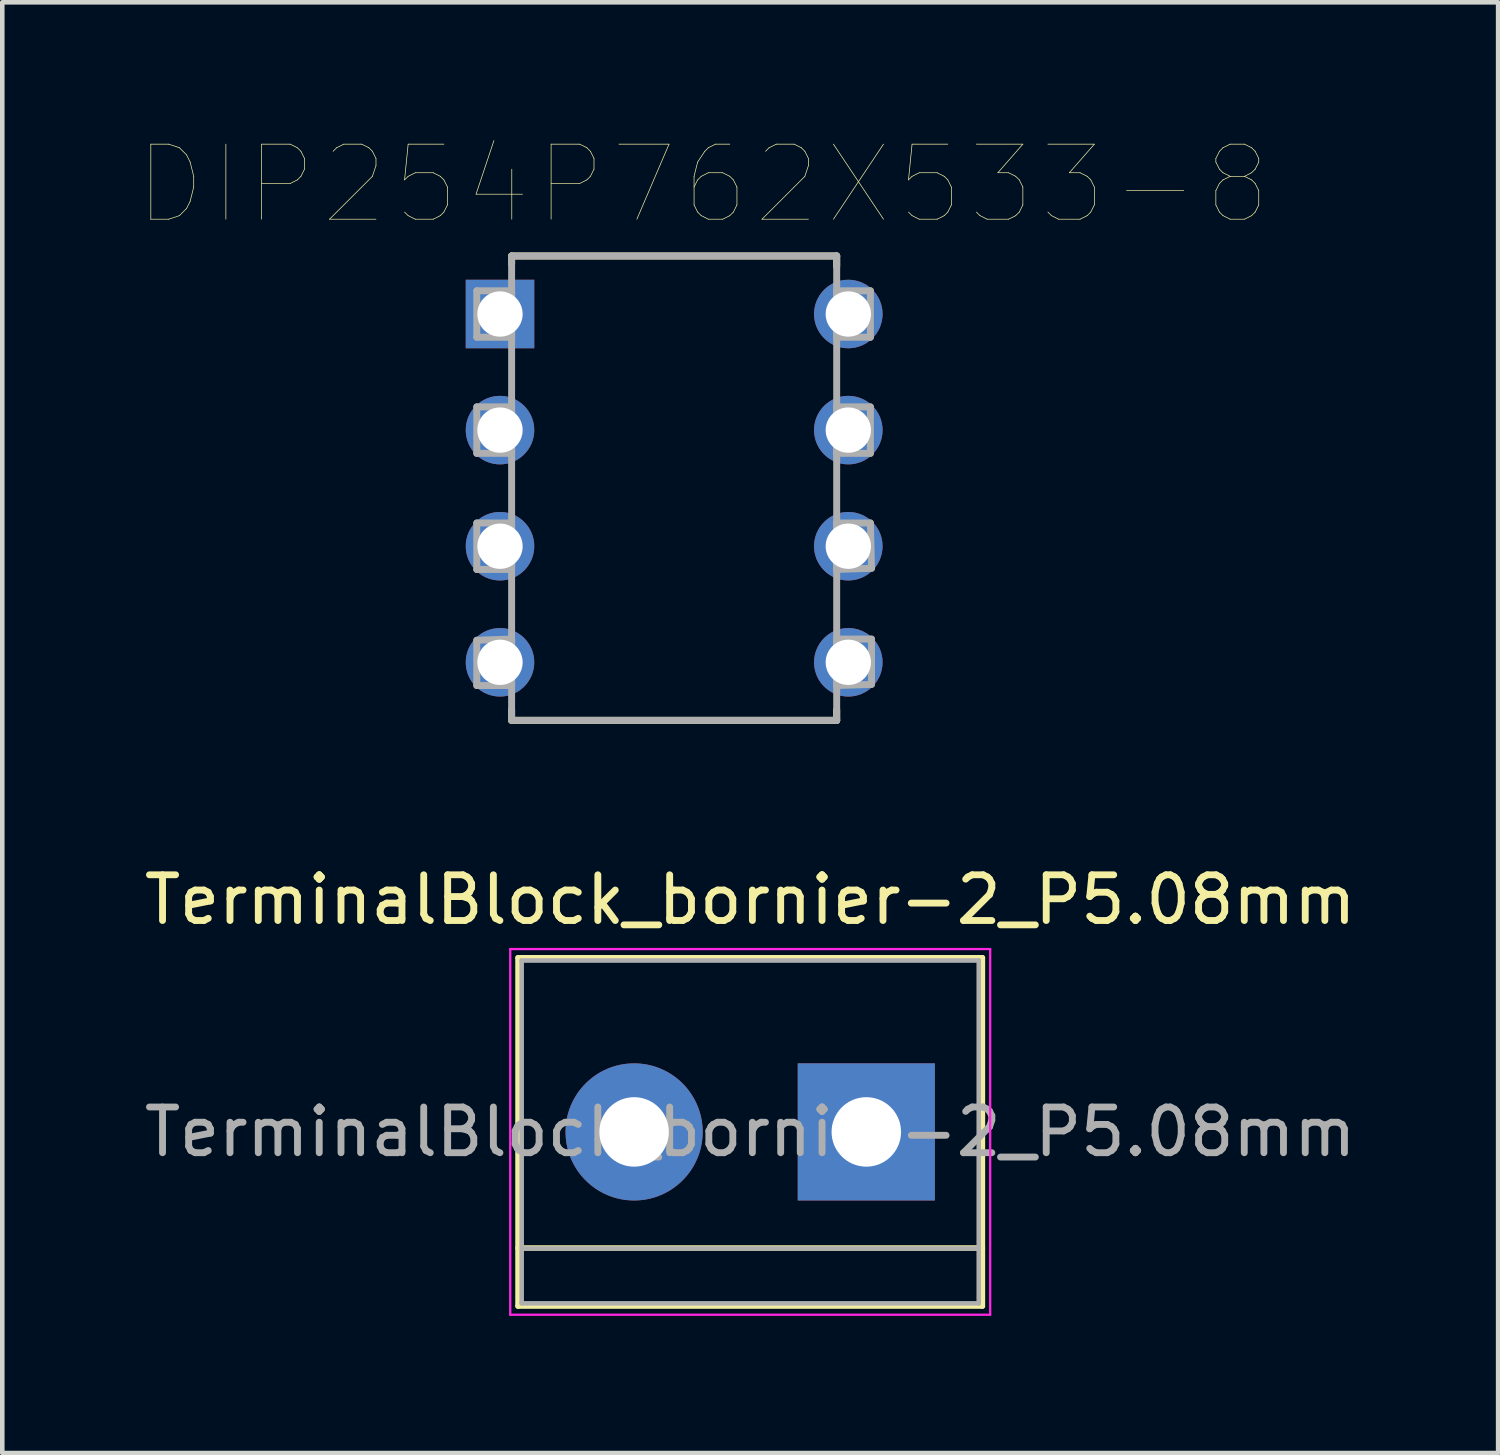
<source format=kicad_pcb>
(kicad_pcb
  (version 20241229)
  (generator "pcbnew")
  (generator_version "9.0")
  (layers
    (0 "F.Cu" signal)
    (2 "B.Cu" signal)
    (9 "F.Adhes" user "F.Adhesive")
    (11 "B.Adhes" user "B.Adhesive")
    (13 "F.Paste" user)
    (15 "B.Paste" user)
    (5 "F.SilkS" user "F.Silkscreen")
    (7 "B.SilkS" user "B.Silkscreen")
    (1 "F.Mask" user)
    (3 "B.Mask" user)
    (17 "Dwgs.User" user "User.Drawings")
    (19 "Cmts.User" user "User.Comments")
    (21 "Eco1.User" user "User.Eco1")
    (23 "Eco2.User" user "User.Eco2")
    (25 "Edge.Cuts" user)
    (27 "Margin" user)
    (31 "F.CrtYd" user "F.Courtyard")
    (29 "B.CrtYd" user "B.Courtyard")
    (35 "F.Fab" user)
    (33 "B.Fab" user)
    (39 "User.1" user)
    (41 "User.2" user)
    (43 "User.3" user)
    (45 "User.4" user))
  (footprint "DIP254P762X533-8"
    (layer "F.Cu")
    (at 15.509 11.44)
    (property "Reference" "DIP254P762X533-8" (at -3.179 -10.453 0) (layer "F.SilkS") (effects (font (size 1.642 1.642) (thickness 0.015))))
    (attr through_hole)
    (fp_line (start -7.366 -8.89) (end -7.366 -8.712) (stroke (width 0.152) (type solid)) (layer "F.SilkS"))
    (fp_line (start -7.366 1.041) (end -7.366 1.27) (stroke (width 0.152) (type solid)) (layer "F.SilkS"))
    (fp_line (start -7.366 1.27) (end -0.254 1.27) (stroke (width 0.152) (type solid)) (layer "F.SilkS"))
    (fp_line (start -0.254 -8.89) (end -7.366 -8.89) (stroke (width 0.152) (type solid)) (layer "F.SilkS"))
    (fp_line (start -0.254 -8.661) (end -0.254 -8.89) (stroke (width 0.152) (type solid)) (layer "F.SilkS"))
    (fp_line (start -0.254 1.27) (end -0.254 1.041) (stroke (width 0.152) (type solid)) (layer "F.SilkS"))
    (fp_line (start -8.128 -8.128) (end -8.128 -7.112) (stroke (width 0.152) (type solid)) (layer "F.Fab"))
    (fp_line (start -8.128 -7.112) (end -7.366 -7.112) (stroke (width 0.152) (type solid)) (layer "F.Fab"))
    (fp_line (start -8.128 -5.588) (end -8.128 -4.572) (stroke (width 0.152) (type solid)) (layer "F.Fab"))
    (fp_line (start -8.128 -4.572) (end -7.366 -4.572) (stroke (width 0.152) (type solid)) (layer "F.Fab"))
    (fp_line (start -8.128 -3.048) (end -8.128 -2.032) (stroke (width 0.152) (type solid)) (layer "F.Fab"))
    (fp_line (start -8.128 -2.032) (end -7.366 -2.032) (stroke (width 0.152) (type solid)) (layer "F.Fab"))
    (fp_line (start -8.128 -0.483) (end -8.128 0.508) (stroke (width 0.152) (type solid)) (layer "F.Fab"))
    (fp_line (start -8.128 0.508) (end -7.366 0.508) (stroke (width 0.152) (type solid)) (layer "F.Fab"))
    (fp_line (start -7.366 -8.89) (end -7.366 1.27) (stroke (width 0.152) (type solid)) (layer "F.Fab"))
    (fp_line (start -7.366 -8.128) (end -8.128 -8.128) (stroke (width 0.152) (type solid)) (layer "F.Fab"))
    (fp_line (start -7.366 -7.112) (end -7.366 -8.128) (stroke (width 0.152) (type solid)) (layer "F.Fab"))
    (fp_line (start -7.366 -5.588) (end -8.128 -5.588) (stroke (width 0.152) (type solid)) (layer "F.Fab"))
    (fp_line (start -7.366 -4.572) (end -7.366 -5.588) (stroke (width 0.152) (type solid)) (layer "F.Fab"))
    (fp_line (start -7.366 -3.048) (end -8.128 -3.048) (stroke (width 0.152) (type solid)) (layer "F.Fab"))
    (fp_line (start -7.366 -2.032) (end -7.366 -3.048) (stroke (width 0.152) (type solid)) (layer "F.Fab"))
    (fp_line (start -7.366 -0.508) (end -8.128 -0.483) (stroke (width 0.152) (type solid)) (layer "F.Fab"))
    (fp_line (start -7.366 0.508) (end -7.366 -0.508) (stroke (width 0.152) (type solid)) (layer "F.Fab"))
    (fp_line (start -7.366 1.27) (end -0.254 1.27) (stroke (width 0.152) (type solid)) (layer "F.Fab"))
    (fp_line (start -0.254 -8.89) (end -7.366 -8.89) (stroke (width 0.152) (type solid)) (layer "F.Fab"))
    (fp_line (start -0.254 -8.128) (end -0.254 -7.112) (stroke (width 0.152) (type solid)) (layer "F.Fab"))
    (fp_line (start -0.254 -7.112) (end 0.483 -7.112) (stroke (width 0.152) (type solid)) (layer "F.Fab"))
    (fp_line (start -0.254 -5.588) (end -0.254 -4.572) (stroke (width 0.152) (type solid)) (layer "F.Fab"))
    (fp_line (start -0.254 -4.572) (end 0.483 -4.572) (stroke (width 0.152) (type solid)) (layer "F.Fab"))
    (fp_line (start -0.254 -3.048) (end -0.254 -2.032) (stroke (width 0.152) (type solid)) (layer "F.Fab"))
    (fp_line (start -0.254 -2.032) (end 0.508 -2.057) (stroke (width 0.152) (type solid)) (layer "F.Fab"))
    (fp_line (start -0.254 -0.508) (end -0.254 0.508) (stroke (width 0.152) (type solid)) (layer "F.Fab"))
    (fp_line (start -0.254 0.508) (end 0.508 0.483) (stroke (width 0.152) (type solid)) (layer "F.Fab"))
    (fp_line (start -0.254 1.27) (end -0.254 -8.89) (stroke (width 0.152) (type solid)) (layer "F.Fab"))
    (fp_line (start 0.483 -8.128) (end -0.254 -8.128) (stroke (width 0.152) (type solid)) (layer "F.Fab"))
    (fp_line (start 0.483 -7.112) (end 0.483 -8.128) (stroke (width 0.152) (type solid)) (layer "F.Fab"))
    (fp_line (start 0.483 -5.588) (end -0.254 -5.588) (stroke (width 0.152) (type solid)) (layer "F.Fab"))
    (fp_line (start 0.483 -4.572) (end 0.483 -5.588) (stroke (width 0.152) (type solid)) (layer "F.Fab"))
    (fp_line (start 0.483 -3.048) (end -0.254 -3.048) (stroke (width 0.152) (type solid)) (layer "F.Fab"))
    (fp_line (start 0.508 -2.057) (end 0.483 -3.048) (stroke (width 0.152) (type solid)) (layer "F.Fab"))
    (fp_line (start 0.508 -0.508) (end -0.254 -0.508) (stroke (width 0.152) (type solid)) (layer "F.Fab"))
    (fp_line (start 0.508 0.483) (end 0.508 -0.508) (stroke (width 0.152) (type solid)) (layer "F.Fab"))
    (pad "1" thru_hole rect (at -7.62 -7.62) (size 1.499 1.499) (drill 0.991) (layers "*.Cu" "*.Mask"))
    (pad "2" thru_hole circle (at -7.62 -5.08) (size 1.499 1.499) (drill 0.991) (layers "*.Cu" "*.Mask"))
    (pad "3" thru_hole circle (at -7.62 -2.54) (size 1.499 1.499) (drill 0.991) (layers "*.Cu" "*.Mask"))
    (pad "4" thru_hole circle (at -7.62 0) (size 1.499 1.499) (drill 0.991) (layers "*.Cu" "*.Mask"))
    (pad "5" thru_hole circle (at 0 0) (size 1.499 1.499) (drill 0.991) (layers "*.Cu" "*.Mask"))
    (pad "6" thru_hole circle (at 0 -2.54) (size 1.499 1.499) (drill 0.991) (layers "*.Cu" "*.Mask"))
    (pad "7" thru_hole circle (at 0 -5.08) (size 1.499 1.499) (drill 0.991) (layers "*.Cu" "*.Mask"))
    (pad "8" thru_hole circle (at 0 -7.62) (size 1.499 1.499) (drill 0.991) (layers "*.Cu" "*.Mask")))
  (footprint "TerminalBlock_bornier-2_P5.08mm"
    (layer "F.Cu")
    (at 10.823 21.714)
    (property "Reference" "TerminalBlock_bornier-2_P5.08mm" (at 2.54 -5.08 0) (layer "F.SilkS") (effects (font (size 1 1) (thickness 0.15))))
    (attr through_hole)
    (fp_line (start -2.54 -3.81) (end -2.54 3.81) (stroke (width 0.12) (type solid)) (layer "F.SilkS"))
    (fp_line (start -2.54 3.81) (end 7.62 3.81) (stroke (width 0.12) (type solid)) (layer "F.SilkS"))
    (fp_line (start 7.62 -3.81) (end -2.54 -3.81) (stroke (width 0.12) (type solid)) (layer "F.SilkS"))
    (fp_line (start 7.62 2.54) (end -2.54 2.54) (stroke (width 0.12) (type solid)) (layer "F.SilkS"))
    (fp_line (start 7.62 3.81) (end 7.62 -3.81) (stroke (width 0.12) (type solid)) (layer "F.SilkS"))
    (fp_line (start -2.71 -4) (end -2.71 4) (stroke (width 0.05) (type solid)) (layer "F.CrtYd"))
    (fp_line (start -2.71 -4) (end 7.79 -4) (stroke (width 0.05) (type solid)) (layer "F.CrtYd"))
    (fp_line (start 7.79 4) (end -2.71 4) (stroke (width 0.05) (type solid)) (layer "F.CrtYd"))
    (fp_line (start 7.79 4) (end 7.79 -4) (stroke (width 0.05) (type solid)) (layer "F.CrtYd"))
    (fp_line (start -2.46 -3.75) (end -2.46 3.75) (stroke (width 0.1) (type solid)) (layer "F.Fab"))
    (fp_line (start -2.46 3.75) (end 7.54 3.75) (stroke (width 0.1) (type solid)) (layer "F.Fab"))
    (fp_line (start -2.41 2.55) (end 7.49 2.55) (stroke (width 0.1) (type solid)) (layer "F.Fab"))
    (fp_line (start 7.54 -3.75) (end -2.46 -3.75) (stroke (width 0.1) (type solid)) (layer "F.Fab"))
    (fp_line (start 7.54 3.75) (end 7.54 -3.75) (stroke (width 0.1) (type solid)) (layer "F.Fab"))
    (fp_text user "${REFERENCE}" (at 2.54 0 0) (layer "F.Fab") (effects (font (size 1 1) (thickness 0.15))))
    (pad "1" thru_hole rect (at 5.08 0) (size 3 3) (drill 1.52) (layers "*.Cu" "*.Mask"))
    (pad "2" thru_hole circle (at 0 0) (size 3 3) (drill 1.52) (layers "*.Cu" "*.Mask")))
  (gr_rect
    (start -3 -3)
    (end 29.726 28.739)
    (stroke (width 0.1) (type default))
    (fill no)
    (layer "Edge.Cuts")))
</source>
